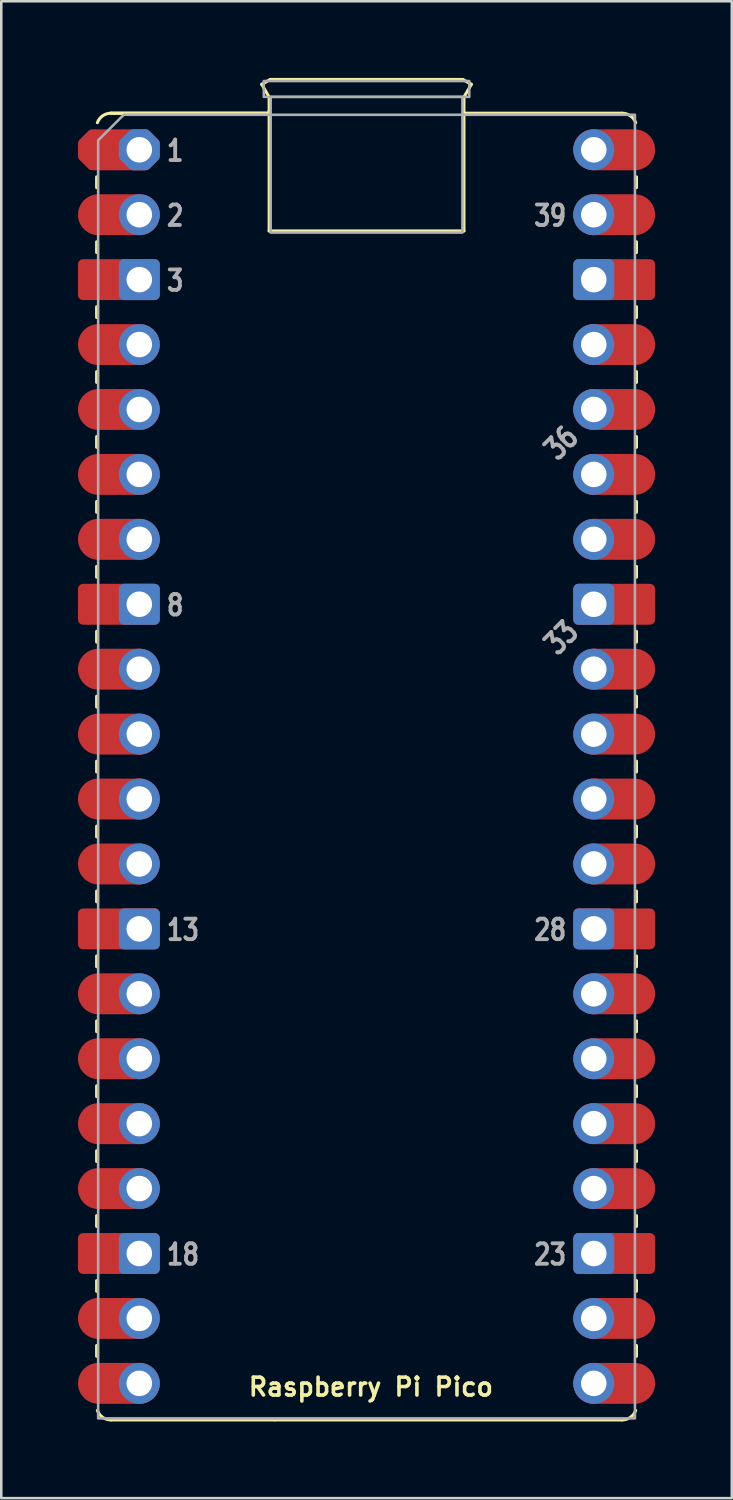
<source format=kicad_pcb>
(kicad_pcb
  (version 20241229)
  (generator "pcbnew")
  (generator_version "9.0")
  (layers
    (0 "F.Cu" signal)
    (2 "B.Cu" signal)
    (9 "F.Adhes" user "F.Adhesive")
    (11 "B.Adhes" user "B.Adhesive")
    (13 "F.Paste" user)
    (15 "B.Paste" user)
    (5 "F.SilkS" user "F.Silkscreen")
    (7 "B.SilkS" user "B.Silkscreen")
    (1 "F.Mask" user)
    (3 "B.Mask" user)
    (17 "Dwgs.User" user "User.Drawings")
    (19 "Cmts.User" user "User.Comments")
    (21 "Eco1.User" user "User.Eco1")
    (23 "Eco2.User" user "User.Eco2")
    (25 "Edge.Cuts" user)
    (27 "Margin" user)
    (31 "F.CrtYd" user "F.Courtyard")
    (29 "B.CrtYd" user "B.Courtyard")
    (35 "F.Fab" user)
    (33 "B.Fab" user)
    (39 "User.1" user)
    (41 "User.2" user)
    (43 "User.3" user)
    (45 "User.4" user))
  (footprint "Raspberry Pi Pico"
    (layer "F.Cu")
    (at 2.4 2.81)
    (property "Reference" "Raspberry Pi Pico" (at 9.06 48.4 0) (layer "F.SilkS") (effects (font (size 0.7 0.7) (thickness 0.14) (bold yes))))
    (attr through_hole)
    (fp_line (start -1.67 1.06) (end -1.67 1.48) (stroke (width 0.12) (type solid)) (layer "F.SilkS"))
    (fp_line (start -1.67 3.6) (end -1.67 4.02) (stroke (width 0.12) (type solid)) (layer "F.SilkS"))
    (fp_line (start -1.67 6.14) (end -1.67 6.56) (stroke (width 0.12) (type solid)) (layer "F.SilkS"))
    (fp_line (start -1.67 8.68) (end -1.67 9.1) (stroke (width 0.12) (type solid)) (layer "F.SilkS"))
    (fp_line (start -1.67 11.22) (end -1.67 11.64) (stroke (width 0.12) (type solid)) (layer "F.SilkS"))
    (fp_line (start -1.67 13.76) (end -1.67 14.18) (stroke (width 0.12) (type solid)) (layer "F.SilkS"))
    (fp_line (start -1.67 16.3) (end -1.67 16.72) (stroke (width 0.12) (type solid)) (layer "F.SilkS"))
    (fp_line (start -1.67 18.84) (end -1.67 19.26) (stroke (width 0.12) (type solid)) (layer "F.SilkS"))
    (fp_line (start -1.67 21.38) (end -1.67 21.8) (stroke (width 0.12) (type solid)) (layer "F.SilkS"))
    (fp_line (start -1.67 23.92) (end -1.67 24.34) (stroke (width 0.12) (type solid)) (layer "F.SilkS"))
    (fp_line (start -1.67 26.46) (end -1.67 26.88) (stroke (width 0.12) (type solid)) (layer "F.SilkS"))
    (fp_line (start -1.67 29) (end -1.67 29.42) (stroke (width 0.12) (type solid)) (layer "F.SilkS"))
    (fp_line (start -1.67 31.54) (end -1.67 31.96) (stroke (width 0.12) (type solid)) (layer "F.SilkS"))
    (fp_line (start -1.67 34.08) (end -1.67 34.5) (stroke (width 0.12) (type solid)) (layer "F.SilkS"))
    (fp_line (start -1.67 36.62) (end -1.67 37.04) (stroke (width 0.12) (type solid)) (layer "F.SilkS"))
    (fp_line (start -1.67 39.16) (end -1.67 39.58) (stroke (width 0.12) (type solid)) (layer "F.SilkS"))
    (fp_line (start -1.67 41.7) (end -1.67 42.12) (stroke (width 0.12) (type solid)) (layer "F.SilkS"))
    (fp_line (start -1.67 44.24) (end -1.67 44.66) (stroke (width 0.12) (type solid)) (layer "F.SilkS"))
    (fp_line (start -1.67 46.78) (end -1.67 47.2) (stroke (width 0.12) (type solid)) (layer "F.SilkS"))
    (fp_line (start -1.11 -1.43) (end 5.08 -1.43) (stroke (width 0.12) (type solid)) (layer "F.SilkS"))
    (fp_line (start -1.11 49.69) (end 5.29 49.69) (stroke (width 0.12) (type solid)) (layer "F.SilkS"))
    (fp_line (start 4.79 -2.56) (end 5.12 -2.75) (stroke (width 0.12) (type solid)) (layer "F.SilkS"))
    (fp_line (start 5.08 -2.06) (end 4.79 -2.56) (stroke (width 0.12) (type solid)) (layer "F.SilkS"))
    (fp_line (start 5.08 -1.524) (end 5.08 3.175) (stroke (width 0.12) (type solid)) (layer "F.SilkS"))
    (fp_line (start 5.08 -1.43) (end -1.11 -1.43) (stroke (width 0.12) (type solid)) (layer "F.SilkS"))
    (fp_line (start 5.08 -1.43) (end 5.08 -2.06) (stroke (width 0.12) (type solid)) (layer "F.SilkS"))
    (fp_line (start 5.08 3.175) (end 12.7 3.175) (stroke (width 0.12) (type solid)) (layer "F.SilkS"))
    (fp_line (start 5.12 -2.75) (end 12.66 -2.75) (stroke (width 0.12) (type solid)) (layer "F.SilkS"))
    (fp_line (start 5.29 49.69) (end 18.89 49.69) (stroke (width 0.12) (type solid)) (layer "F.SilkS"))
    (fp_line (start 12.66 -2.75) (end 12.99 -2.56) (stroke (width 0.12) (type solid)) (layer "F.SilkS"))
    (fp_line (start 12.7 -2.06) (end 12.7 -1.43) (stroke (width 0.12) (type solid)) (layer "F.SilkS"))
    (fp_line (start 12.7 3.175) (end 12.7 -1.43) (stroke (width 0.12) (type solid)) (layer "F.SilkS"))
    (fp_line (start 12.99 -2.56) (end 12.7 -2.06) (stroke (width 0.12) (type solid)) (layer "F.SilkS"))
    (fp_line (start 18.89 -1.43) (end 12.7 -1.43) (stroke (width 0.12) (type solid)) (layer "F.SilkS"))
    (fp_line (start 19.45 1.06) (end 19.45 1.48) (stroke (width 0.12) (type solid)) (layer "F.SilkS"))
    (fp_line (start 19.45 3.6) (end 19.45 4.02) (stroke (width 0.12) (type solid)) (layer "F.SilkS"))
    (fp_line (start 19.45 6.14) (end 19.45 6.56) (stroke (width 0.12) (type solid)) (layer "F.SilkS"))
    (fp_line (start 19.45 8.68) (end 19.45 9.1) (stroke (width 0.12) (type solid)) (layer "F.SilkS"))
    (fp_line (start 19.45 11.22) (end 19.45 11.64) (stroke (width 0.12) (type solid)) (layer "F.SilkS"))
    (fp_line (start 19.45 13.76) (end 19.45 14.18) (stroke (width 0.12) (type solid)) (layer "F.SilkS"))
    (fp_line (start 19.45 16.3) (end 19.45 16.72) (stroke (width 0.12) (type solid)) (layer "F.SilkS"))
    (fp_line (start 19.45 18.84) (end 19.45 19.26) (stroke (width 0.12) (type solid)) (layer "F.SilkS"))
    (fp_line (start 19.45 21.38) (end 19.45 21.8) (stroke (width 0.12) (type solid)) (layer "F.SilkS"))
    (fp_line (start 19.45 23.92) (end 19.45 24.34) (stroke (width 0.12) (type solid)) (layer "F.SilkS"))
    (fp_line (start 19.45 26.46) (end 19.45 26.88) (stroke (width 0.12) (type solid)) (layer "F.SilkS"))
    (fp_line (start 19.45 29) (end 19.45 29.42) (stroke (width 0.12) (type solid)) (layer "F.SilkS"))
    (fp_line (start 19.45 31.54) (end 19.45 31.96) (stroke (width 0.12) (type solid)) (layer "F.SilkS"))
    (fp_line (start 19.45 34.08) (end 19.45 34.5) (stroke (width 0.12) (type solid)) (layer "F.SilkS"))
    (fp_line (start 19.45 36.62) (end 19.45 37.04) (stroke (width 0.12) (type solid)) (layer "F.SilkS"))
    (fp_line (start 19.45 39.16) (end 19.45 39.58) (stroke (width 0.12) (type solid)) (layer "F.SilkS"))
    (fp_line (start 19.45 41.7) (end 19.45 42.12) (stroke (width 0.12) (type solid)) (layer "F.SilkS"))
    (fp_line (start 19.45 44.24) (end 19.45 44.66) (stroke (width 0.12) (type solid)) (layer "F.SilkS"))
    (fp_line (start 19.45 46.78) (end 19.45 47.2) (stroke (width 0.12) (type solid)) (layer "F.SilkS"))
    (fp_arc (start -1.64 -1.06) (mid -1.433508 -1.328808) (end -1.11 -1.43) (stroke (width 0.12) (type solid)) (layer "F.SilkS"))
    (fp_arc (start -1.11 49.69) (mid -1.433508 49.588809) (end -1.64 49.32) (stroke (width 0.12) (type solid)) (layer "F.SilkS"))
    (fp_arc (start 18.89 -1.43) (mid 19.213508 -1.328809) (end 19.42 -1.06) (stroke (width 0.12) (type solid)) (layer "F.SilkS"))
    (fp_arc (start 19.42 49.32) (mid 19.213508 49.588808) (end 18.89 49.69) (stroke (width 0.12) (type solid)) (layer "F.SilkS"))
    (fp_rect (start 4.87 -2.69) (end 12.91 -2.07) (stroke (width 0.1) (type solid)) (fill no) (layer "F.Fab"))
    (fp_rect (start 5.14 -2.07) (end 12.64 3.24) (stroke (width 0.1) (type solid)) (fill no) (layer "F.Fab"))
    (fp_poly (pts (xy 19.39 49.63) (xy -1.61 49.63) (xy -1.61 -0.37) (xy -0.61 -1.37) (xy 19.39 -1.37)) (stroke (width 0.1) (type solid)) (fill no) (layer "F.Fab"))
    (fp_text user "33" (at 16.51 19.088 45) (unlocked yes) (layer "F.Fab") (effects (font (size 0.8 0.64) (thickness 0.15))))
    (fp_text user "13" (at 1 30.518 0) (unlocked yes) (layer "F.Fab") (effects (font (size 0.8 0.64) (thickness 0.15)) (justify left)))
    (fp_text user "23" (at 16.78 43.218 0) (unlocked yes) (layer "F.Fab") (effects (font (size 0.8 0.64) (thickness 0.15)) (justify right)))
    (fp_text user "28" (at 16.78 30.518 0) (unlocked yes) (layer "F.Fab") (effects (font (size 0.8 0.64) (thickness 0.15)) (justify right)))
    (fp_text user "8" (at 1 17.818 0) (unlocked yes) (layer "F.Fab") (effects (font (size 0.8 0.64) (thickness 0.15)) (justify left)))
    (fp_text user "3" (at 1 5.118 0) (unlocked yes) (layer "F.Fab") (effects (font (size 0.8 0.64) (thickness 0.15)) (justify left)))
    (fp_text user "1" (at 1 0.038 0) (unlocked yes) (layer "F.Fab") (effects (font (size 0.8 0.64) (thickness 0.15)) (justify left)))
    (fp_text user "36" (at 16.51 11.468 45) (unlocked yes) (layer "F.Fab") (effects (font (size 0.8 0.64) (thickness 0.15))))
    (fp_text user "39" (at 16.78 2.578 0) (unlocked yes) (layer "F.Fab") (effects (font (size 0.8 0.64) (thickness 0.15)) (justify right)))
    (fp_text user "18" (at 1 43.218 0) (unlocked yes) (layer "F.Fab") (effects (font (size 0.8 0.64) (thickness 0.15)) (justify left)))
    (fp_text user "2" (at 1 2.578 0) (unlocked yes) (layer "F.Fab") (effects (font (size 0.8 0.64) (thickness 0.15)) (justify left)))
    (pad "1" smd custom (at -1.6 0) (size 1.6 1.6) (layers "F.Cu" "F.Mask") (options (anchor circle)) (primitives (gr_poly (pts (xy 2.2 0.249) (xy 1.849 0.6) (xy -0.249 0.6) (xy -0.6 0.249) (xy -0.6 -0.249) (xy -0.249 -0.6) (xy 1.849 -0.6) (xy 2.2 -0.249)) (width 0.4) (fill yes))))
    (pad "1" thru_hole custom (at 0 0) (size 1.6 1.6) (drill 1) (layers "*.Cu" "*.Mask") (options (anchor circle)) (primitives (gr_poly (pts (xy 0.6 0.249) (xy 0.249 0.6) (xy -0.249 0.6) (xy -0.6 0.249) (xy -0.6 -0.249) (xy -0.249 -0.6) (xy 0.249 -0.6) (xy 0.6 -0.249)) (width 0.4) (fill yes))))
    (pad "2" smd oval (at -1.6 2.54) (size 3.2 1.6) (drill (offset 0.8 0)) (layers "F.Cu" "F.Mask"))
    (pad "2" thru_hole circle (at 0 2.54) (size 1.6 1.6) (drill 1) (layers "*.Cu" "*.Mask"))
    (pad "3" smd roundrect (at -1.6 5.08) (size 3.2 1.6) (drill (offset 0.8 0)) (layers "F.Cu" "F.Mask") (roundrect_rratio 0.125))
    (pad "3" thru_hole roundrect (at 0 5.08) (size 1.6 1.6) (drill 1) (layers "*.Cu" "*.Mask") (roundrect_rratio 0.125))
    (pad "4" smd oval (at -1.6 7.62) (size 3.2 1.6) (drill (offset 0.8 0)) (layers "F.Cu" "F.Mask"))
    (pad "4" thru_hole circle (at 0 7.62) (size 1.6 1.6) (drill 1) (layers "*.Cu" "*.Mask"))
    (pad "5" smd oval (at -1.6 10.16) (size 3.2 1.6) (drill (offset 0.8 0)) (layers "F.Cu" "F.Mask"))
    (pad "5" thru_hole circle (at 0 10.16) (size 1.6 1.6) (drill 1) (layers "*.Cu" "*.Mask"))
    (pad "6" smd oval (at -1.6 12.7) (size 3.2 1.6) (drill (offset 0.8 0)) (layers "F.Cu" "F.Mask"))
    (pad "6" thru_hole circle (at 0 12.7) (size 1.6 1.6) (drill 1) (layers "*.Cu" "*.Mask"))
    (pad "7" smd oval (at -1.6 15.24) (size 3.2 1.6) (drill (offset 0.8 0)) (layers "F.Cu" "F.Mask"))
    (pad "7" thru_hole circle (at 0 15.24) (size 1.6 1.6) (drill 1) (layers "*.Cu" "*.Mask"))
    (pad "8" smd roundrect (at -1.6 17.78) (size 3.2 1.6) (drill (offset 0.8 0)) (layers "F.Cu" "F.Mask") (roundrect_rratio 0.125))
    (pad "8" thru_hole roundrect (at 0 17.78) (size 1.6 1.6) (drill 1) (layers "*.Cu" "*.Mask") (roundrect_rratio 0.125))
    (pad "9" smd oval (at -1.6 20.32) (size 3.2 1.6) (drill (offset 0.8 0)) (layers "F.Cu" "F.Mask"))
    (pad "9" thru_hole circle (at 0 20.32) (size 1.6 1.6) (drill 1) (layers "*.Cu" "*.Mask"))
    (pad "10" smd oval (at -1.6 22.86) (size 3.2 1.6) (drill (offset 0.8 0)) (layers "F.Cu" "F.Mask"))
    (pad "10" thru_hole circle (at 0 22.86) (size 1.6 1.6) (drill 1) (layers "*.Cu" "*.Mask"))
    (pad "11" smd oval (at -1.6 25.4) (size 3.2 1.6) (drill (offset 0.8 0)) (layers "F.Cu" "F.Mask"))
    (pad "11" thru_hole circle (at 0 25.4) (size 1.6 1.6) (drill 1) (layers "*.Cu" "*.Mask"))
    (pad "12" smd oval (at -1.6 27.94) (size 3.2 1.6) (drill (offset 0.8 0)) (layers "F.Cu" "F.Mask"))
    (pad "12" thru_hole circle (at 0 27.94) (size 1.6 1.6) (drill 1) (layers "*.Cu" "*.Mask"))
    (pad "13" smd roundrect (at -1.6 30.48) (size 3.2 1.6) (drill (offset 0.8 0)) (layers "F.Cu" "F.Mask") (roundrect_rratio 0.125))
    (pad "13" thru_hole roundrect (at 0 30.48) (size 1.6 1.6) (drill 1) (layers "*.Cu" "*.Mask") (roundrect_rratio 0.125))
    (pad "14" smd oval (at -1.6 33.02) (size 3.2 1.6) (drill (offset 0.8 0)) (layers "F.Cu" "F.Mask"))
    (pad "14" thru_hole circle (at 0 33.02) (size 1.6 1.6) (drill 1) (layers "*.Cu" "*.Mask"))
    (pad "15" smd oval (at -1.6 35.56) (size 3.2 1.6) (drill (offset 0.8 0)) (layers "F.Cu" "F.Mask"))
    (pad "15" thru_hole circle (at 0 35.56) (size 1.6 1.6) (drill 1) (layers "*.Cu" "*.Mask"))
    (pad "16" smd oval (at -1.6 38.1) (size 3.2 1.6) (drill (offset 0.8 0)) (layers "F.Cu" "F.Mask"))
    (pad "16" thru_hole circle (at 0 38.1) (size 1.6 1.6) (drill 1) (layers "*.Cu" "*.Mask"))
    (pad "17" smd oval (at -1.6 40.64) (size 3.2 1.6) (drill (offset 0.8 0)) (layers "F.Cu" "F.Mask"))
    (pad "17" thru_hole circle (at 0 40.64) (size 1.6 1.6) (drill 1) (layers "*.Cu" "*.Mask"))
    (pad "18" smd roundrect (at -1.6 43.18) (size 3.2 1.6) (drill (offset 0.8 0)) (layers "F.Cu" "F.Mask") (roundrect_rratio 0.125))
    (pad "18" thru_hole roundrect (at 0 43.18) (size 1.6 1.6) (drill 1) (layers "*.Cu" "*.Mask") (roundrect_rratio 0.125))
    (pad "19" smd oval (at -1.6 45.72) (size 3.2 1.6) (drill (offset 0.8 0)) (layers "F.Cu" "F.Mask"))
    (pad "19" thru_hole circle (at 0 45.72) (size 1.6 1.6) (drill 1) (layers "*.Cu" "*.Mask"))
    (pad "20" smd oval (at -1.6 48.26) (size 3.2 1.6) (drill (offset 0.8 0)) (layers "F.Cu" "F.Mask"))
    (pad "20" thru_hole circle (at 0 48.26) (size 1.6 1.6) (drill 1) (layers "*.Cu" "*.Mask"))
    (pad "21" thru_hole circle (at 17.78 48.26) (size 1.6 1.6) (drill 1) (layers "*.Cu" "*.Mask"))
    (pad "21" smd oval (at 19.38 48.26) (size 3.2 1.6) (drill (offset -0.8 0)) (layers "F.Cu" "F.Mask"))
    (pad "22" thru_hole circle (at 17.78 45.72) (size 1.6 1.6) (drill 1) (layers "*.Cu" "*.Mask"))
    (pad "22" smd oval (at 19.38 45.72) (size 3.2 1.6) (drill (offset -0.8 0)) (layers "F.Cu" "F.Mask"))
    (pad "23" thru_hole roundrect (at 17.78 43.18) (size 1.6 1.6) (drill 1) (layers "*.Cu" "*.Mask") (roundrect_rratio 0.125))
    (pad "23" smd roundrect (at 19.38 43.18) (size 3.2 1.6) (drill (offset -0.8 0)) (layers "F.Cu" "F.Mask") (roundrect_rratio 0.125))
    (pad "24" thru_hole circle (at 17.78 40.64) (size 1.6 1.6) (drill 1) (layers "*.Cu" "*.Mask"))
    (pad "24" smd oval (at 19.38 40.64) (size 3.2 1.6) (drill (offset -0.8 0)) (layers "F.Cu" "F.Mask"))
    (pad "25" thru_hole circle (at 17.78 38.1) (size 1.6 1.6) (drill 1) (layers "*.Cu" "*.Mask"))
    (pad "25" smd oval (at 19.38 38.1) (size 3.2 1.6) (drill (offset -0.8 0)) (layers "F.Cu" "F.Mask"))
    (pad "26" thru_hole circle (at 17.78 35.56) (size 1.6 1.6) (drill 1) (layers "*.Cu" "*.Mask"))
    (pad "26" smd oval (at 19.38 35.56) (size 3.2 1.6) (drill (offset -0.8 0)) (layers "F.Cu" "F.Mask"))
    (pad "27" thru_hole circle (at 17.78 33.02) (size 1.6 1.6) (drill 1) (layers "*.Cu" "*.Mask"))
    (pad "27" smd oval (at 19.38 33.02) (size 3.2 1.6) (drill (offset -0.8 0)) (layers "F.Cu" "F.Mask"))
    (pad "28" thru_hole roundrect (at 17.78 30.48) (size 1.6 1.6) (drill 1) (layers "*.Cu" "*.Mask") (roundrect_rratio 0.125))
    (pad "28" smd roundrect (at 19.38 30.48) (size 3.2 1.6) (drill (offset -0.8 0)) (layers "F.Cu" "F.Mask") (roundrect_rratio 0.125))
    (pad "29" thru_hole circle (at 17.78 27.94) (size 1.6 1.6) (drill 1) (layers "*.Cu" "*.Mask"))
    (pad "29" smd oval (at 19.38 27.94) (size 3.2 1.6) (drill (offset -0.8 0)) (layers "F.Cu" "F.Mask"))
    (pad "30" thru_hole circle (at 17.78 25.4) (size 1.6 1.6) (drill 1) (layers "*.Cu" "*.Mask"))
    (pad "30" smd oval (at 19.38 25.4) (size 3.2 1.6) (drill (offset -0.8 0)) (layers "F.Cu" "F.Mask"))
    (pad "31" thru_hole circle (at 17.78 22.86) (size 1.6 1.6) (drill 1) (layers "*.Cu" "*.Mask"))
    (pad "31" smd oval (at 19.38 22.86) (size 3.2 1.6) (drill (offset -0.8 0)) (layers "F.Cu" "F.Mask"))
    (pad "32" thru_hole circle (at 17.78 20.32) (size 1.6 1.6) (drill 1) (layers "*.Cu" "*.Mask"))
    (pad "32" smd oval (at 19.38 20.32) (size 3.2 1.6) (drill (offset -0.8 0)) (layers "F.Cu" "F.Mask"))
    (pad "33" thru_hole roundrect (at 17.78 17.78) (size 1.6 1.6) (drill 1) (layers "*.Cu" "*.Mask") (roundrect_rratio 0.125))
    (pad "33" smd roundrect (at 19.38 17.78) (size 3.2 1.6) (drill (offset -0.8 0)) (layers "F.Cu" "F.Mask") (roundrect_rratio 0.125))
    (pad "34" thru_hole circle (at 17.78 15.24) (size 1.6 1.6) (drill 1) (layers "*.Cu" "*.Mask"))
    (pad "34" smd oval (at 19.38 15.24) (size 3.2 1.6) (drill (offset -0.8 0)) (layers "F.Cu" "F.Mask"))
    (pad "35" thru_hole circle (at 17.78 12.7) (size 1.6 1.6) (drill 1) (layers "*.Cu" "*.Mask"))
    (pad "35" smd oval (at 19.38 12.7) (size 3.2 1.6) (drill (offset -0.8 0)) (layers "F.Cu" "F.Mask"))
    (pad "36" thru_hole circle (at 17.78 10.16) (size 1.6 1.6) (drill 1) (layers "*.Cu" "*.Mask"))
    (pad "36" smd oval (at 19.38 10.16) (size 3.2 1.6) (drill (offset -0.8 0)) (layers "F.Cu" "F.Mask"))
    (pad "37" thru_hole circle (at 17.78 7.62) (size 1.6 1.6) (drill 1) (layers "*.Cu" "*.Mask"))
    (pad "37" smd oval (at 19.38 7.62) (size 3.2 1.6) (drill (offset -0.8 0)) (layers "F.Cu" "F.Mask"))
    (pad "38" thru_hole roundrect (at 17.78 5.08) (size 1.6 1.6) (drill 1) (layers "*.Cu" "*.Mask") (roundrect_rratio 0.125))
    (pad "38" smd roundrect (at 19.38 5.08) (size 3.2 1.6) (drill (offset -0.8 0)) (layers "F.Cu" "F.Mask") (roundrect_rratio 0.125))
    (pad "39" thru_hole circle (at 17.78 2.54) (size 1.6 1.6) (drill 1) (layers "*.Cu" "*.Mask"))
    (pad "39" smd oval (at 19.38 2.54) (size 3.2 1.6) (drill (offset -0.8 0)) (layers "F.Cu" "F.Mask"))
    (pad "40" thru_hole circle (at 17.78 0) (size 1.6 1.6) (drill 1) (layers "*.Cu" "*.Mask"))
    (pad "40" smd oval (at 19.38 0) (size 3.2 1.6) (drill (offset -0.8 0)) (layers "F.Cu" "F.Mask")))
  (gr_rect
    (start -3 -3)
    (end 25.58 55.56)
    (stroke (width 0.1) (type default))
    (fill no)
    (layer "Edge.Cuts")))
</source>
